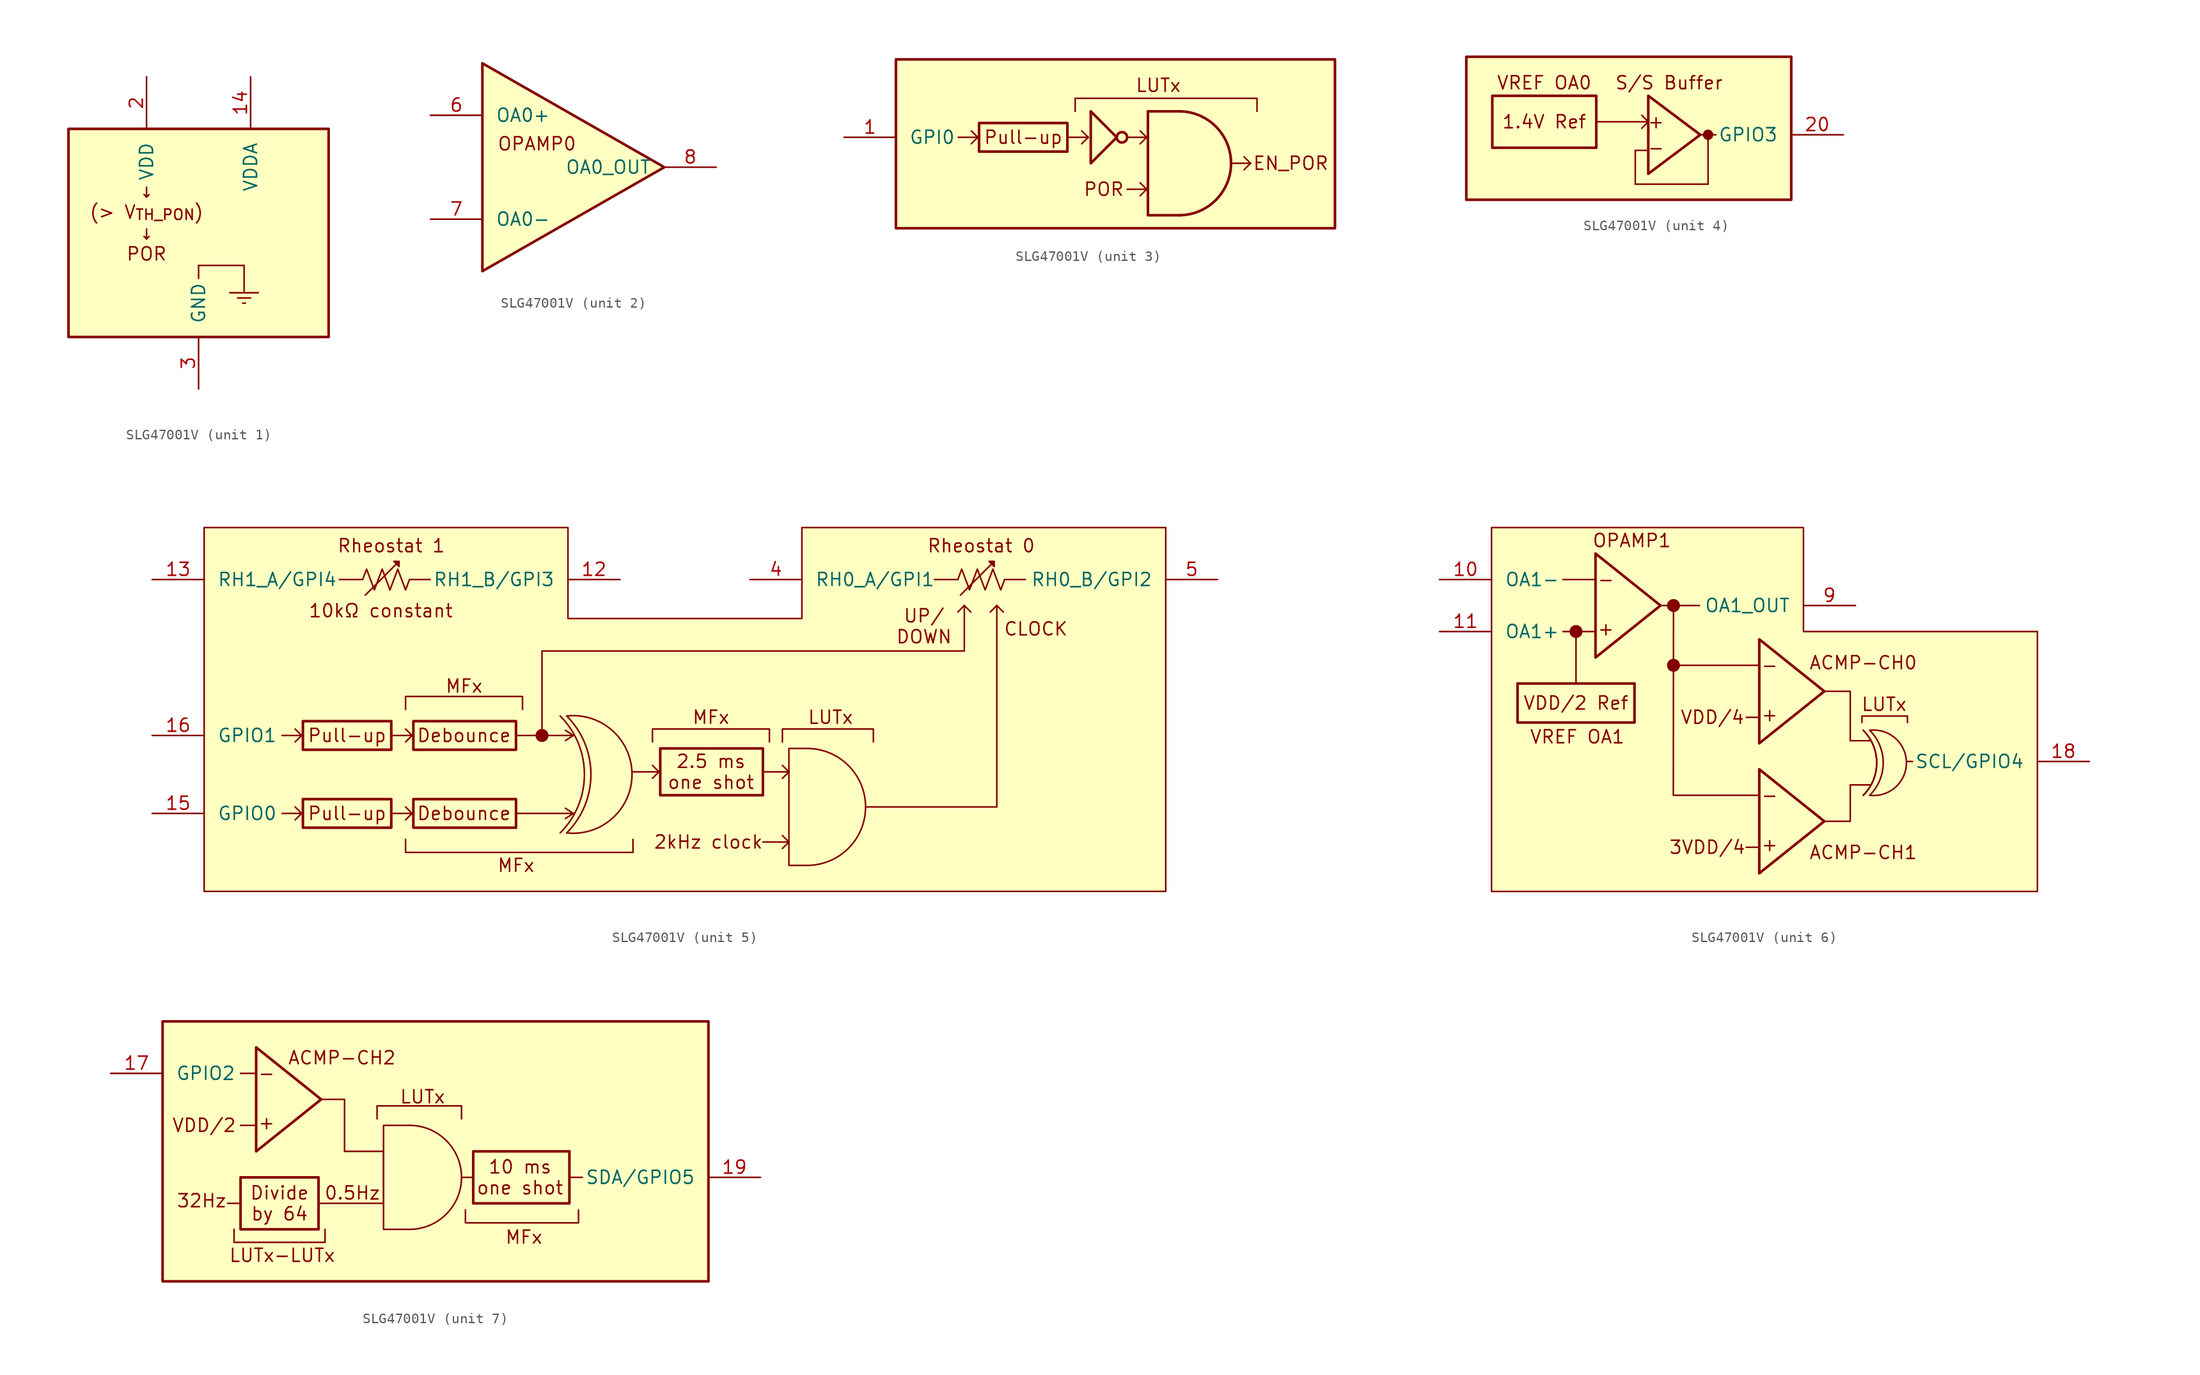
<source format=kicad_sym>
(kicad_symbol_lib
  (version 20241209)
  (generator "kicad_symbol_editor")
  (generator_version "9.0")
  (symbol "SLG47001V"
    (pin_names
      (offset 1.27))
    (property "Reference" "U"
      (at -12.192 11.43 0)
      (effects (font (size 1.27 1.27)) (justify left top) (hide yes)))
    (property "ki_locked" ""
      (at 0 0 0)
      (effects (font (size 1.27 1.27))))
    (symbol "SLG47001V_1_1"
      (rectangle (start -12.7 10.16) (end 12.7 -10.16) (stroke (width 0.254) (type default)) (fill (type background)))
      (polyline (pts (xy 0 -4.445) (xy 0 -3.175)) (stroke (width 0) (type solid)) (fill (type none)))
      (polyline (pts (xy 3.81 -6.35) (xy 5.08 -6.35)) (stroke (width 0) (type solid)) (fill (type none)))
      (polyline (pts (xy 4.318 -6.858) (xy 4.572 -6.858)) (stroke (width 0) (type solid)) (fill (type none)))
      (polyline (pts (xy 4.445 -3.175) (xy 0 -3.175)) (stroke (width 0) (type solid)) (fill (type none)))
      (polyline (pts (xy 4.445 -5.715) (xy 4.445 -3.175)) (stroke (width 0) (type solid)) (fill (type none)))
      (polyline (pts (xy 5.842 -5.842) (xy 3.048 -5.842)) (stroke (width 0) (type solid)) (fill (type none)))
      (text "↓\n(> V_{TH_PON})\n↓\nPOR" (at -5.08 1.016 0) (effects (font (size 1.27 1.27))))
      (pin passive line (at -5.08 15.24 270) (length 5.08) (name "VDD" (effects (font (size 1.27 1.27)))) (number "2" (effects (font (size 1.27 1.27)))))
      (pin passive line (at 0 -15.24 90) (length 5.08) (name "GND" (effects (font (size 1.27 1.27)))) (number "3" (effects (font (size 1.27 1.27)))))
      (pin passive line (at 5.08 15.24 270) (length 5.08) (name "VDDA" (effects (font (size 1.27 1.27)))) (number "14" (effects (font (size 1.27 1.27))))))
    (symbol "SLG47001V_2_1"
      (polyline (pts (xy -7.62 10.16) (xy 10.16 0) (xy -7.62 -10.16) (xy -7.62 10.16)) (stroke (width 0.254) (type default)) (fill (type background)))
      (text "OPAMP0" (at -2.286 2.286 0) (effects (font (size 1.27 1.27))))
      (pin passive line (at -12.7 5.08 0) (length 5.08) (name "OA0+" (effects (font (size 1.27 1.27)))) (number "6" (effects (font (size 1.27 1.27)))))
      (pin passive line (at -12.7 -5.08 0) (length 5.08) (name "OA0-" (effects (font (size 1.27 1.27)))) (number "7" (effects (font (size 1.27 1.27)))))
      (pin passive line (at 15.24 0 180) (length 5.08) (name "OA0_OUT" (effects (font (size 1.27 1.27)))) (number "8" (effects (font (size 1.27 1.27))))))
    (symbol "SLG47001V_3_1"
      (rectangle (start -22.86 7.62) (end 20.066 -8.89) (stroke (width 0.254) (type default)) (fill (type background)))
      (polyline (pts (xy -16.764 0) (xy -14.859 0)) (stroke (width 0) (type default)) (fill (type none)))
      (polyline (pts (xy -14.859 0) (xy -15.494 0.635)) (stroke (width 0) (type default)) (fill (type none)))
      (polyline (pts (xy -14.859 0) (xy -15.494 -0.635)) (stroke (width 0) (type default)) (fill (type none)))
      (rectangle (start -14.732 1.397) (end -6.096 -1.397) (stroke (width 0.254) (type solid)) (fill (type none)))
      (polyline (pts (xy -5.969 0) (xy -4.064 0)) (stroke (width 0) (type default)) (fill (type none)))
      (polyline (pts (xy -5.334 2.54) (xy -5.334 3.81) (xy 12.446 3.81) (xy 12.446 2.54)) (stroke (width 0) (type default)) (fill (type none)))
      (polyline (pts (xy -4.064 0) (xy -4.699 0.635)) (stroke (width 0) (type default)) (fill (type none)))
      (polyline (pts (xy -4.064 0) (xy -4.699 -0.635)) (stroke (width 0) (type default)) (fill (type none)))
      (polyline (pts (xy -3.81 2.54) (xy -3.81 -2.54) (xy -1.27 0) (xy -3.81 2.54)) (stroke (width 0.254) (type solid)) (fill (type none)))
      (circle (center -0.762 0) (radius 0.508) (stroke (width 0.254) (type solid)) (fill (type none)))
      (polyline (pts (xy -0.254 0) (xy 1.651 0)) (stroke (width 0) (type default)) (fill (type none)))
      (polyline (pts (xy -0.254 -5.08) (xy 1.651 -5.08)) (stroke (width 0) (type default)) (fill (type none)))
      (polyline (pts (xy 1.651 0) (xy 1.016 0.635)) (stroke (width 0) (type default)) (fill (type none)))
      (polyline (pts (xy 1.651 0) (xy 1.016 -0.635)) (stroke (width 0) (type default)) (fill (type none)))
      (polyline (pts (xy 1.651 -5.08) (xy 1.016 -4.445)) (stroke (width 0) (type default)) (fill (type none)))
      (polyline (pts (xy 1.651 -5.08) (xy 1.016 -5.715)) (stroke (width 0) (type default)) (fill (type none)))
      (polyline (pts (xy 1.778 2.54) (xy 4.826 2.54)) (stroke (width 0.254) (type default)) (fill (type none)))
      (polyline (pts (xy 1.778 2.54) (xy 1.778 -7.62) (xy 4.826 -7.62)) (stroke (width 0.254) (type default)) (fill (type none)))
      (arc (start 4.826 2.54) (mid 9.906 -2.54) (end 4.826 -7.62) (stroke (width 0.254) (type default)) (fill (type none)))
      (polyline (pts (xy 9.906 -2.54) (xy 11.811 -2.54)) (stroke (width 0) (type default)) (fill (type none)))
      (polyline (pts (xy 11.811 -2.54) (xy 11.176 -1.905)) (stroke (width 0) (type default)) (fill (type none)))
      (polyline (pts (xy 11.811 -2.54) (xy 11.176 -3.175)) (stroke (width 0) (type default)) (fill (type none)))
      (text "Pull-up" (at -10.414 0 0) (effects (font (size 1.27 1.27))))
      (text "POR" (at -2.54 -5.08 0) (effects (font (size 1.27 1.27))))
      (text "LUTx" (at 2.794 5.08 0) (effects (font (size 1.27 1.27))))
      (text "EN_POR" (at 15.748 -2.54 0) (effects (font (size 1.27 1.27))))
      (pin passive line (at -27.94 0 0) (length 5.08) (name "GPI0" (effects (font (size 1.27 1.27)))) (number "1" (effects (font (size 1.27 1.27))))))
    (symbol "SLG47001V_4_1"
      (rectangle (start -16.51 7.62) (end 15.24 -6.35) (stroke (width 0.254) (type default)) (fill (type background)))
      (rectangle (start -13.97 3.81) (end -3.81 -1.27) (stroke (width 0.254) (type default)) (fill (type background)))
      (polyline (pts (xy -3.81 1.27) (xy 1.27 1.27)) (stroke (width 0) (type default)) (fill (type none)))
      (polyline (pts (xy 0 -1.524) (xy 1.143 -1.524)) (stroke (width 0) (type default)) (fill (type none)))
      (polyline (pts (xy 0 -4.826) (xy 0 -1.524)) (stroke (width 0) (type default)) (fill (type none)))
      (polyline (pts (xy 0 -4.826) (xy 7.112 -4.826)) (stroke (width 0) (type default)) (fill (type none)))
      (polyline (pts (xy 1.27 3.81) (xy 1.27 -3.81) (xy 6.35 0) (xy 1.27 3.81)) (stroke (width 0.254) (type solid)) (fill (type background)))
      (polyline (pts (xy 1.27 1.27) (xy 0.635 1.905)) (stroke (width 0) (type default)) (fill (type none)))
      (polyline (pts (xy 1.27 1.27) (xy 0.635 0.635)) (stroke (width 0) (type default)) (fill (type none)))
      (polyline (pts (xy 6.35 0) (xy 7.874 0)) (stroke (width 0) (type default)) (fill (type none)))
      (circle (center 7.112 0) (radius 0.0001) (stroke (width 0) (type default)) (fill (type none)))
      (circle (center 7.112 0) (radius 0.0001) (stroke (width 0.508) (type solid)) (fill (type none)))
      (polyline (pts (xy 7.112 -4.826) (xy 7.112 0)) (stroke (width 0) (type default)) (fill (type none)))
      (text "VREF OA0" (at -8.89 5.08 0) (effects (font (size 1.27 1.27))))
      (text "1.4V Ref" (at -8.89 1.27 0) (effects (font (size 1.27 1.27))))
      (text "+" (at 2.032 1.27 0) (effects (font (size 1.27 1.27))))
      (text "-" (at 2.032 -1.27 0) (effects (font (size 1.27 1.27))))
      (text "S/S Buffer" (at 3.302 5.08 0) (effects (font (size 1.27 1.27))))
      (pin passive line (at 20.32 0 180) (length 5.08) (name "GPIO3" (effects (font (size 1.27 1.27)))) (number "20" (effects (font (size 1.27 1.27))))))
    (symbol "SLG47001V_5_1"
      (polyline (pts (xy -66.04 20.32) (xy -66.04 -15.24) (xy 27.94 -15.24) (xy 27.94 20.32) (xy -7.62 20.32) (xy -7.62 11.43) (xy -30.48 11.43) (xy -30.48 20.32) (xy -66.04 20.32)) (stroke (width 0) (type solid)) (fill (type background)))
      (polyline (pts (xy -58.42 0) (xy -56.515 0)) (stroke (width 0) (type default)) (fill (type none)))
      (polyline (pts (xy -58.42 -7.62) (xy -56.515 -7.62)) (stroke (width 0) (type default)) (fill (type none)))
      (polyline (pts (xy -56.515 0) (xy -57.15 0.635)) (stroke (width 0) (type default)) (fill (type none)))
      (polyline (pts (xy -56.515 0) (xy -57.15 -0.635)) (stroke (width 0) (type default)) (fill (type none)))
      (polyline (pts (xy -56.515 -7.62) (xy -57.15 -6.985)) (stroke (width 0) (type default)) (fill (type none)))
      (polyline (pts (xy -56.515 -7.62) (xy -57.15 -8.255)) (stroke (width 0) (type default)) (fill (type none)))
      (rectangle (start -56.388 1.397) (end -47.752 -1.397) (stroke (width 0.254) (type solid)) (fill (type none)))
      (rectangle (start -56.388 -6.223) (end -47.752 -9.017) (stroke (width 0.254) (type solid)) (fill (type none)))
      (polyline (pts (xy -52.832 15.24) (xy -50.546 15.24)) (stroke (width 0) (type solid)) (fill (type none)))
      (polyline (pts (xy -50.546 15.24) (xy -50.165 16.256) (xy -49.784 15.24) (xy -49.403 14.224) (xy -49.022 15.24)) (stroke (width 0) (type solid)) (fill (type none)))
      (polyline (pts (xy -50.292 13.716) (xy -47.244 16.764)) (stroke (width 0) (type solid)) (fill (type none)))
      (polyline (pts (xy -49.022 15.24) (xy -48.641 16.256) (xy -48.26 15.24) (xy -47.879 14.224) (xy -47.498 15.24)) (stroke (width 0) (type solid)) (fill (type none)))
      (polyline (pts (xy -47.625 0) (xy -45.72 0)) (stroke (width 0) (type default)) (fill (type none)))
      (polyline (pts (xy -47.625 -7.62) (xy -45.72 -7.62)) (stroke (width 0) (type default)) (fill (type none)))
      (polyline (pts (xy -47.498 15.24) (xy -47.117 16.256) (xy -46.736 15.24) (xy -46.355 14.224) (xy -45.974 15.24)) (stroke (width 0) (type solid)) (fill (type none)))
      (polyline (pts (xy -46.99 17.018) (xy -46.99 16.51) (xy -47.498 17.018) (xy -46.99 17.018)) (stroke (width 0) (type solid)) (fill (type outline)))
      (polyline (pts (xy -46.355 2.54) (xy -46.355 3.81) (xy -34.925 3.81) (xy -34.925 2.54)) (stroke (width 0) (type default)) (fill (type none)))
      (polyline (pts (xy -45.974 15.24) (xy -43.942 15.24)) (stroke (width 0) (type solid)) (fill (type none)))
      (polyline (pts (xy -45.72 0) (xy -46.355 0.635)) (stroke (width 0) (type default)) (fill (type none)))
      (polyline (pts (xy -45.72 0) (xy -46.355 -0.635)) (stroke (width 0) (type default)) (fill (type none)))
      (polyline (pts (xy -45.72 -7.62) (xy -46.355 -6.985)) (stroke (width 0) (type default)) (fill (type none)))
      (polyline (pts (xy -45.72 -7.62) (xy -46.355 -8.255)) (stroke (width 0) (type default)) (fill (type none)))
      (rectangle (start -45.593 1.397) (end -35.56 -1.397) (stroke (width 0.254) (type solid)) (fill (type none)))
      (rectangle (start -45.593 -6.223) (end -35.56 -9.017) (stroke (width 0.254) (type solid)) (fill (type none)))
      (arc (start -31.242 1.905) (mid -28.8748 -3.81) (end -31.242 -9.525) (stroke (width 0) (type default)) (fill (type none)))
      (arc (start -30.6069 1.905) (mid -28.2397 -3.81) (end -30.6069 -9.525) (stroke (width 0) (type default)) (fill (type none)))
      (polyline (pts (xy -35.56 0) (xy -29.972 0)) (stroke (width 0) (type default)) (fill (type none)))
      (polyline (pts (xy -35.56 -7.62) (xy -29.972 -7.62)) (stroke (width 0) (type default)) (fill (type none)))
      (circle (center -33.02 0) (radius 0.0001) (stroke (width 0.635) (type solid)) (fill (type none)))
      (polyline (pts (xy -33.02 0) (xy -33.02 8.255) (xy 8.255 8.255) (xy 8.255 12.7)) (stroke (width 0) (type default)) (fill (type none)))
      (polyline (pts (xy -29.972 0) (xy -30.734 0.508)) (stroke (width 0) (type default)) (fill (type none)))
      (polyline (pts (xy -29.972 0) (xy -30.734 -0.508)) (stroke (width 0) (type default)) (fill (type none)))
      (arc (start -30.607 1.905) (mid -24.2218 -3.81) (end -30.607 -9.525) (stroke (width 0) (type default)) (fill (type none)))
      (polyline (pts (xy -29.972 -7.62) (xy -30.734 -7.112)) (stroke (width 0) (type default)) (fill (type none)))
      (polyline (pts (xy -29.972 -7.62) (xy -30.734 -8.128)) (stroke (width 0) (type default)) (fill (type none)))
      (polyline (pts (xy -24.13 -3.556) (xy -21.59 -3.556)) (stroke (width 0) (type default)) (fill (type none)))
      (polyline (pts (xy -24.13 -10.16) (xy -24.13 -11.43) (xy -46.355 -11.43) (xy -46.355 -10.16)) (stroke (width 0) (type default)) (fill (type none)))
      (polyline (pts (xy -22.225 -0.635) (xy -22.225 0.635) (xy -10.795 0.635) (xy -10.795 -0.635)) (stroke (width 0) (type default)) (fill (type none)))
      (polyline (pts (xy -21.59 -3.556) (xy -22.225 -2.921)) (stroke (width 0) (type default)) (fill (type none)))
      (polyline (pts (xy -21.59 -3.556) (xy -22.225 -4.191)) (stroke (width 0) (type default)) (fill (type none)))
      (rectangle (start -21.463 -1.27) (end -11.43 -5.842) (stroke (width 0.254) (type solid)) (fill (type none)))
      (polyline (pts (xy -11.43 -3.556) (xy -8.89 -3.556)) (stroke (width 0) (type default)) (fill (type none)))
      (polyline (pts (xy -11.43 -10.414) (xy -8.89 -10.414)) (stroke (width 0) (type default)) (fill (type none)))
      (polyline (pts (xy -9.525 -0.635) (xy -9.525 0.635) (xy -0.635 0.635) (xy -0.635 -0.635)) (stroke (width 0) (type default)) (fill (type none)))
      (polyline (pts (xy -8.89 -3.556) (xy -9.525 -2.921)) (stroke (width 0) (type default)) (fill (type none)))
      (polyline (pts (xy -8.89 -3.556) (xy -9.525 -4.191)) (stroke (width 0) (type default)) (fill (type none)))
      (polyline (pts (xy -8.89 -10.414) (xy -9.525 -9.779)) (stroke (width 0) (type default)) (fill (type none)))
      (polyline (pts (xy -8.89 -10.414) (xy -9.525 -11.049)) (stroke (width 0) (type default)) (fill (type none)))
      (polyline (pts (xy -7.112 -1.27) (xy -8.89 -1.27) (xy -8.89 -12.7) (xy -7.112 -12.7)) (stroke (width 0) (type default)) (fill (type none)))
      (arc (start -7.112 -1.27) (mid -1.397 -6.985) (end -7.112 -12.7) (stroke (width 0) (type default)) (fill (type none)))
      (polyline (pts (xy -1.27 -6.985) (xy 11.43 -6.985) (xy 11.43 12.7)) (stroke (width 0) (type default)) (fill (type none)))
      (polyline (pts (xy 5.334 15.24) (xy 7.62 15.24)) (stroke (width 0) (type solid)) (fill (type none)))
      (polyline (pts (xy 7.62 15.24) (xy 8.001 16.256) (xy 8.382 15.24) (xy 8.763 14.224) (xy 9.144 15.24)) (stroke (width 0) (type solid)) (fill (type none)))
      (polyline (pts (xy 7.874 13.716) (xy 10.922 16.764)) (stroke (width 0) (type solid)) (fill (type none)))
      (polyline (pts (xy 8.255 12.7) (xy 7.62 12.065)) (stroke (width 0) (type default)) (fill (type none)))
      (polyline (pts (xy 8.255 12.7) (xy 8.89 12.065)) (stroke (width 0) (type default)) (fill (type none)))
      (polyline (pts (xy 9.144 15.24) (xy 9.525 16.256) (xy 9.906 15.24) (xy 10.287 14.224) (xy 10.668 15.24)) (stroke (width 0) (type solid)) (fill (type none)))
      (polyline (pts (xy 10.668 15.24) (xy 11.049 16.256) (xy 11.43 15.24) (xy 11.811 14.224) (xy 12.192 15.24)) (stroke (width 0) (type solid)) (fill (type none)))
      (polyline (pts (xy 11.176 17.018) (xy 11.176 16.51) (xy 10.668 17.018) (xy 11.176 17.018)) (stroke (width 0) (type solid)) (fill (type outline)))
      (polyline (pts (xy 11.43 12.7) (xy 10.795 12.065)) (stroke (width 0) (type default)) (fill (type none)))
      (polyline (pts (xy 11.43 12.7) (xy 12.065 12.065)) (stroke (width 0) (type default)) (fill (type none)))
      (polyline (pts (xy 12.192 15.24) (xy 14.224 15.24)) (stroke (width 0) (type solid)) (fill (type none)))
      (text "Pull-up" (at -52.07 0 0) (effects (font (size 1.27 1.27))))
      (text "Pull-up" (at -52.07 -7.62 0) (effects (font (size 1.27 1.27))))
      (text "10kΩ constant" (at -48.768 12.192 0) (effects (font (size 1.27 1.27))))
      (text "Rheostat 1" (at -47.752 18.542 0) (effects (font (size 1.27 1.27))))
      (text "MFx" (at -40.64 4.826 0) (effects (font (size 1.27 1.27))))
      (text "Debounce" (at -40.64 0 0) (effects (font (size 1.27 1.27))))
      (text "Debounce" (at -40.64 -7.62 0) (effects (font (size 1.27 1.27))))
      (text "MFx" (at -35.56 -12.7 0) (effects (font (size 1.27 1.27))))
      (text "2kHz clock" (at -16.764 -10.414 0) (effects (font (size 1.27 1.27))))
      (text "MFx" (at -16.51 1.778 0) (effects (font (size 1.27 1.27))))
      (text "2.5 ms\none shot" (at -16.51 -3.556 0) (effects (font (size 1.27 1.27))))
      (text "LUTx" (at -4.826 1.778 0) (effects (font (size 1.27 1.27))))
      (text "UP/\nDOWN" (at 4.318 10.668 0) (effects (font (size 1.27 1.27))))
      (text "Rheostat 0" (at 9.906 18.542 0) (effects (font (size 1.27 1.27))))
      (text "CLOCK" (at 15.24 10.414 0) (effects (font (size 1.27 1.27))))
      (pin passive line (at -71.12 15.24 0) (length 5.08) (name "RH1_A/GPI4" (effects (font (size 1.27 1.27)))) (number "13" (effects (font (size 1.27 1.27)))))
      (pin passive line (at -71.12 0 0) (length 5.08) (name "GPIO1" (effects (font (size 1.27 1.27)))) (number "16" (effects (font (size 1.27 1.27)))))
      (pin passive line (at -71.12 -7.62 0) (length 5.08) (name "GPIO0" (effects (font (size 1.27 1.27)))) (number "15" (effects (font (size 1.27 1.27)))))
      (pin passive line (at -25.4 15.24 180) (length 5.08) (name "RH1_B/GPI3" (effects (font (size 1.27 1.27)))) (number "12" (effects (font (size 1.27 1.27)))))
      (pin passive line (at -12.7 15.24 0) (length 5.08) (name "RH0_A/GPI1" (effects (font (size 1.27 1.27)))) (number "4" (effects (font (size 1.27 1.27)))))
      (pin passive line (at 33.02 15.24 180) (length 5.08) (name "RH0_B/GPI2" (effects (font (size 1.27 1.27)))) (number "5" (effects (font (size 1.27 1.27))))))
    (symbol "SLG47001V_6_1"
      (polyline (pts (xy -25.4 17.78) (xy -25.4 -17.78) (xy 27.94 -17.78) (xy 27.94 7.62) (xy 5.08 7.62) (xy 5.08 17.78) (xy -25.4 17.78)) (stroke (width 0) (type solid)) (fill (type background)))
      (rectangle (start -22.86 2.54) (end -11.43 -1.27) (stroke (width 0.254) (type default)) (fill (type background)))
      (circle (center -17.145 7.62) (radius 0.0001) (stroke (width 0.635) (type solid)) (fill (type none)))
      (polyline (pts (xy -17.145 7.62) (xy -17.145 2.54)) (stroke (width 0) (type default)) (fill (type none)))
      (polyline (pts (xy -15.24 15.24) (xy -15.24 5.08) (xy -8.89 10.16) (xy -15.24 15.24)) (stroke (width 0.254) (type solid)) (fill (type background)))
      (polyline (pts (xy -15.24 12.7) (xy -18.415 12.7)) (stroke (width 0) (type default)) (fill (type none)))
      (polyline (pts (xy -15.24 7.62) (xy -18.415 7.62)) (stroke (width 0) (type default)) (fill (type none)))
      (circle (center -7.62 10.16) (radius 0.0001) (stroke (width 0.635) (type solid)) (fill (type none)))
      (polyline (pts (xy -7.62 10.16) (xy -7.636 -8.382) (xy 0.762 -8.382)) (stroke (width 0) (type default)) (fill (type none)))
      (circle (center -7.62 4.318) (radius 0.0001) (stroke (width 0.635) (type solid)) (fill (type none)))
      (polyline (pts (xy -5.08 10.16) (xy -8.89 10.16)) (stroke (width 0) (type default)) (fill (type none)))
      (polyline (pts (xy 0.762 6.858) (xy 0.762 -3.302) (xy 7.112 1.778) (xy 0.762 6.858)) (stroke (width 0.254) (type solid)) (fill (type background)))
      (polyline (pts (xy 0.762 4.318) (xy -7.62 4.318)) (stroke (width 0) (type default)) (fill (type none)))
      (polyline (pts (xy 0.762 -0.762) (xy -0.508 -0.762)) (stroke (width 0) (type default)) (fill (type none)))
      (polyline (pts (xy 0.762 -5.842) (xy 0.762 -16.002) (xy 7.112 -10.922) (xy 0.762 -5.842)) (stroke (width 0.254) (type solid)) (fill (type background)))
      (polyline (pts (xy 0.762 -13.462) (xy -0.508 -13.462)) (stroke (width 0) (type default)) (fill (type none)))
      (polyline (pts (xy 7.112 1.778) (xy 9.652 1.778) (xy 9.652 -3.048)) (stroke (width 0) (type default)) (fill (type none)))
      (polyline (pts (xy 7.112 -10.922) (xy 9.652 -10.922) (xy 9.652 -7.366)) (stroke (width 0) (type default)) (fill (type none)))
      (arc (start 10.922 -2.032) (mid 12.2371 -5.207) (end 10.922 -8.382) (stroke (width 0) (type default)) (fill (type none)))
      (arc (start 10.922 -2.032) (mid 12.2371 -5.207) (end 10.922 -8.382) (stroke (width 0) (type default)) (fill (type none)))
      (arc (start 11.557 -2.032) (mid 12.8721 -5.207) (end 11.557 -8.382) (stroke (width 0) (type default)) (fill (type none)))
      (polyline (pts (xy 9.652 -3.048) (xy 11.684 -3.048)) (stroke (width 0) (type default)) (fill (type none)))
      (polyline (pts (xy 9.652 -7.366) (xy 11.684 -7.366)) (stroke (width 0) (type default)) (fill (type none)))
      (polyline (pts (xy 10.795 -1.27) (xy 10.795 -0.635) (xy 15.24 -0.635) (xy 15.24 -1.27)) (stroke (width 0) (type default)) (fill (type none)))
      (arc (start 11.557 -2.032) (mid 15.1388 -5.207) (end 11.557 -8.382) (stroke (width 0) (type default)) (fill (type none)))
      (polyline (pts (xy 15.748 -5.08) (xy 15.24 -5.08)) (stroke (width 0) (type default)) (fill (type none)))
      (text "VDD/2 Ref" (at -17.145 0.635 0) (effects (font (size 1.27 1.27))))
      (text "VREF OA1" (at -17.018 -2.667 0) (effects (font (size 1.27 1.27))))
      (text "-" (at -14.224 12.7 0) (effects (font (size 1.27 1.27))))
      (text "+" (at -14.224 7.874 0) (effects (font (size 1.27 1.27))))
      (text "OPAMP1" (at -11.684 16.51 0) (effects (font (size 1.27 1.27))))
      (text "3VDD/4" (at -4.318 -13.462 0) (effects (font (size 1.27 1.27))))
      (text "VDD/4" (at -3.81 -0.762 0) (effects (font (size 1.27 1.27))))
      (text "-" (at 1.778 4.318 0) (effects (font (size 1.27 1.27))))
      (text "+" (at 1.778 -0.508 0) (effects (font (size 1.27 1.27))))
      (text "-" (at 1.778 -8.382 0) (effects (font (size 1.27 1.27))))
      (text "+" (at 1.778 -13.208 0) (effects (font (size 1.27 1.27))))
      (text "ACMP-CH0" (at 10.922 4.572 0) (effects (font (size 1.27 1.27))))
      (text "ACMP-CH1" (at 10.922 -13.97 0) (effects (font (size 1.27 1.27))))
      (text "LUTx" (at 12.954 0.508 0) (effects (font (size 1.27 1.27))))
      (pin passive line (at -30.48 12.7 0) (length 5.08) (name "OA1-" (effects (font (size 1.27 1.27)))) (number "10" (effects (font (size 1.27 1.27)))))
      (pin passive line (at -30.48 7.62 0) (length 5.08) (name "OA1+" (effects (font (size 1.27 1.27)))) (number "11" (effects (font (size 1.27 1.27)))))
      (pin passive line (at 10.16 10.16 180) (length 5.08) (name "OA1_OUT" (effects (font (size 1.27 1.27)))) (number "9" (effects (font (size 1.27 1.27)))))
      (pin passive line (at 33.02 -5.08 180) (length 5.08) (name "SCL/GPIO4" (effects (font (size 1.27 1.27)))) (number "18" (effects (font (size 1.27 1.27))))))
    (symbol "SLG47001V_7_1"
      (rectangle (start -27.94 12.7) (end 25.4 -12.7) (stroke (width 0.254) (type default)) (fill (type background)))
      (polyline (pts (xy -21.59 -5.08) (xy -20.32 -5.08)) (stroke (width 0) (type default)) (fill (type none)))
      (rectangle (start -20.32 -2.54) (end -12.7 -7.62) (stroke (width 0.254) (type default)) (fill (type background)))
      (polyline (pts (xy -18.796 10.16) (xy -18.796 0) (xy -12.446 5.08) (xy -18.796 10.16)) (stroke (width 0.254) (type solid)) (fill (type background)))
      (polyline (pts (xy -18.796 7.62) (xy -20.32 7.62)) (stroke (width 0) (type default)) (fill (type none)))
      (polyline (pts (xy -18.796 2.54) (xy -20.32 2.54)) (stroke (width 0) (type default)) (fill (type none)))
      (polyline (pts (xy -12.446 5.08) (xy -10.16 5.08) (xy -10.16 0)) (stroke (width 0) (type default)) (fill (type none)))
      (polyline (pts (xy -12.065 -7.62) (xy -12.065 -8.89) (xy -20.955 -8.89) (xy -20.955 -7.62)) (stroke (width 0) (type default)) (fill (type none)))
      (polyline (pts (xy -10.16 0) (xy -6.35 0) (xy -6.35 -5.08) (xy -12.7 -5.08)) (stroke (width 0) (type default)) (fill (type none)))
      (polyline (pts (xy -6.985 3.175) (xy -6.985 4.445) (xy 1.27 4.445) (xy 1.27 3.175)) (stroke (width 0) (type default)) (fill (type none)))
      (polyline (pts (xy -3.81 2.54) (xy -6.35 2.54) (xy -6.35 -7.62) (xy -3.81 -7.62)) (stroke (width 0) (type default)) (fill (type none)))
      (arc (start -3.81 2.54) (mid 1.27 -2.54) (end -3.81 -7.62) (stroke (width 0) (type default)) (fill (type none)))
      (polyline (pts (xy 2.286 -2.54) (xy 1.27 -2.54)) (stroke (width 0) (type default)) (fill (type none)))
      (rectangle (start 2.413 0) (end 11.811 -5.08) (stroke (width 0.254) (type default)) (fill (type background)))
      (polyline (pts (xy 12.7 -5.715) (xy 12.7 -6.985) (xy 1.651 -6.985) (xy 1.651 -5.715)) (stroke (width 0) (type default)) (fill (type none)))
      (polyline (pts (xy 13.081 -2.54) (xy 11.811 -2.54)) (stroke (width 0) (type default)) (fill (type none)))
      (text "32Hz" (at -24.13 -4.826 0) (effects (font (size 1.27 1.27))))
      (text "VDD/2" (at -23.876 2.54 0) (effects (font (size 1.27 1.27))))
      (text "-" (at -17.78 7.62 0) (effects (font (size 1.27 1.27))))
      (text "+" (at -17.78 2.794 0) (effects (font (size 1.27 1.27))))
      (text "Divide\nby 64" (at -16.51 -5.08 0) (effects (font (size 1.27 1.27))))
      (text "LUTx-LUTx" (at -16.256 -10.16 0) (effects (font (size 1.27 1.27))))
      (text "ACMP-CH2" (at -10.414 9.144 0) (effects (font (size 1.27 1.27))))
      (text "0.5Hz" (at -9.398 -4.064 0) (effects (font (size 1.27 1.27))))
      (text "LUTx" (at -2.54 5.334 0) (effects (font (size 1.27 1.27))))
      (text "10 ms\none shot" (at 6.985 -2.54 0) (effects (font (size 1.27 1.27))))
      (text "MFx" (at 7.366 -8.382 0) (effects (font (size 1.27 1.27))))
      (pin passive line (at -33.02 7.62 0) (length 5.08) (name "GPIO2" (effects (font (size 1.27 1.27)))) (number "17" (effects (font (size 1.27 1.27)))))
      (pin passive line (at 30.48 -2.54 180) (length 5.08) (name "SDA/GPIO5" (effects (font (size 1.27 1.27)))) (number "19" (effects (font (size 1.27 1.27))))))))
</source>
